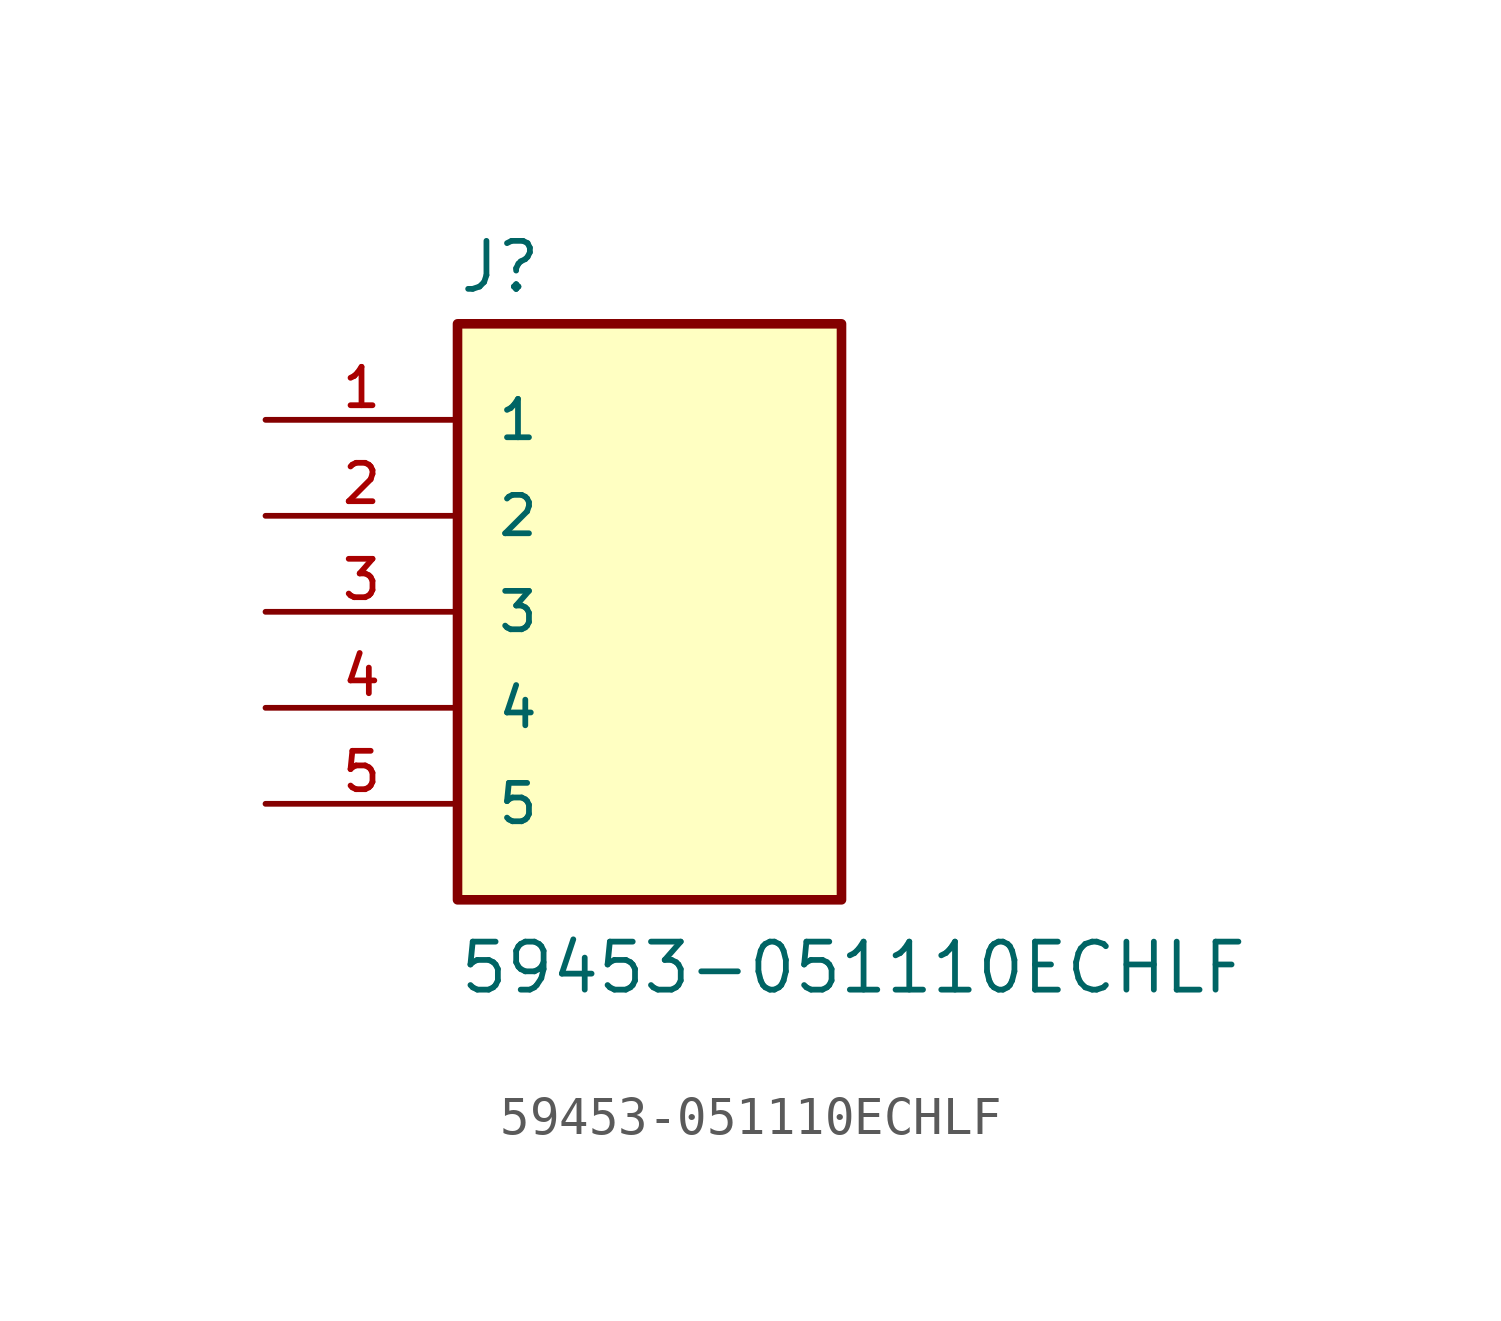
<source format=kicad_sym>
(kicad_symbol_lib
  (version 20231120)
  (generator "kicad_symbol_editor")
  (generator_version "8.99")
  (symbol "59453-051110ECHLF"
    (pin_names
      (offset 1.016))
    (property "Reference" "J"
      (at -5.08 8.382 0)
      (effects (font (size 1.27 1.27)) (justify left bottom)))
    (property "Value" "59453-051110ECHLF"
      (at -5.08 -10.16 0)
      (effects (font (size 1.27 1.27)) (justify left bottom)))
    (symbol "59453-051110ECHLF_0_0"
      (rectangle (start -5.08 -7.62) (end 5.08 7.62) (stroke (width 0.254) (type default)) (fill (type background)))
      (pin passive line (at -10.16 5.08 0) (length 5.08) (name "1" (effects (font (size 1.016 1.016)))) (number "1" (effects (font (size 1.016 1.016)))))
      (pin passive line (at -10.16 2.54 0) (length 5.08) (name "2" (effects (font (size 1.016 1.016)))) (number "2" (effects (font (size 1.016 1.016)))))
      (pin passive line (at -10.16 0 0) (length 5.08) (name "3" (effects (font (size 1.016 1.016)))) (number "3" (effects (font (size 1.016 1.016)))))
      (pin passive line (at -10.16 -2.54 0) (length 5.08) (name "4" (effects (font (size 1.016 1.016)))) (number "4" (effects (font (size 1.016 1.016)))))
      (pin passive line (at -10.16 -5.08 0) (length 5.08) (name "5" (effects (font (size 1.016 1.016)))) (number "5" (effects (font (size 1.016 1.016))))))))
</source>
